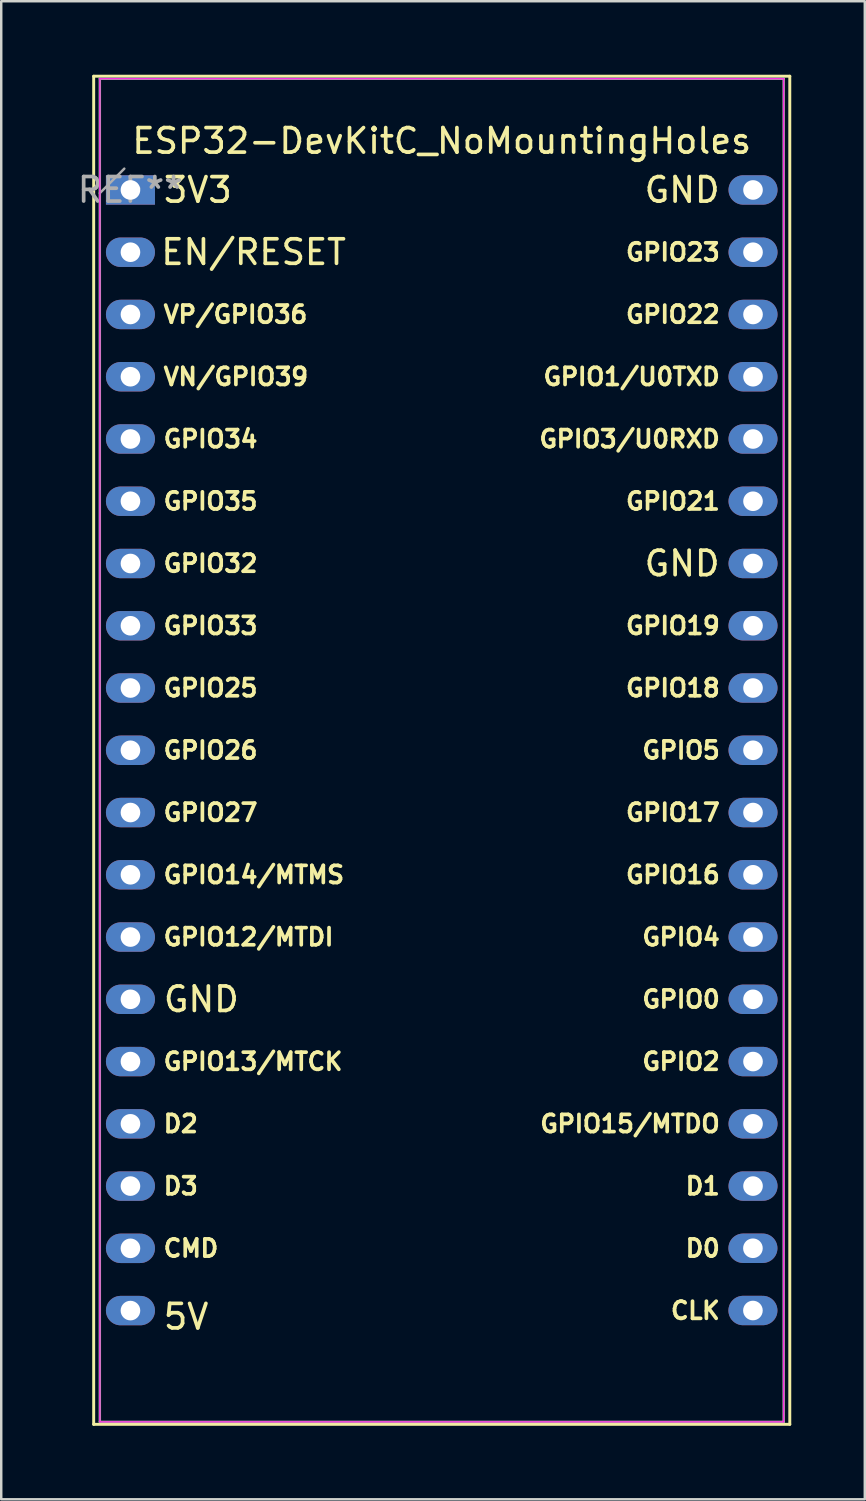
<source format=kicad_pcb>
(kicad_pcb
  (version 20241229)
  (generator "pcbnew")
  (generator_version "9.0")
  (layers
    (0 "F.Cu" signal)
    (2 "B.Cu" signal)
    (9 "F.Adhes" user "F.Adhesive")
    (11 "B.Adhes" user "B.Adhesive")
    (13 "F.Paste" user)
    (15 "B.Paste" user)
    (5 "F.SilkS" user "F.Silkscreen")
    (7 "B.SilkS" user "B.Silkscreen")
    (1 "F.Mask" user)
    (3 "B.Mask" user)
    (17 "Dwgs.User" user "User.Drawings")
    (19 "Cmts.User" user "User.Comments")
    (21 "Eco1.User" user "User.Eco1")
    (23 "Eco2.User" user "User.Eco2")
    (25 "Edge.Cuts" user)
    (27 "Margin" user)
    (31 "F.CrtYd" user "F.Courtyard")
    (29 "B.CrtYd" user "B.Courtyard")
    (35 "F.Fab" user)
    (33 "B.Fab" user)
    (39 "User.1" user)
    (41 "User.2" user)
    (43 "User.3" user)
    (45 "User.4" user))
  (footprint "ESP32-DevKitC_NoMountingHoles"
    (layer "F.Cu")
    (at 2.272 4.7)
    (property "Reference" "ESP32-DevKitC_NoMountingHoles" (at 12.7 -2 0) (layer "F.SilkS") (effects (font (size 1 1) (thickness 0.15))))
    (attr through_hole)
    (fp_line (start -1.5 50.36) (end 26.9 50.36) (stroke (width 0.12) (type solid)) (layer "F.SilkS"))
    (fp_line (start -1.5 -4.64) (end -1.5 50.36) (stroke (width 0.12) (type solid)) (layer "F.SilkS"))
    (fp_line (start 26.9 50.36) (end 26.9 -4.64) (stroke (width 0.12) (type solid)) (layer "F.SilkS"))
    (fp_line (start 26.9 -4.64) (end -1.5 -4.64) (stroke (width 0.12) (type solid)) (layer "F.SilkS"))
    (fp_line (start -1.25 -4.54) (end 26.65 -4.54) (stroke (width 0.05) (type solid)) (layer "F.CrtYd"))
    (fp_line (start -1.25 50.26) (end -1.25 -4.54) (stroke (width 0.05) (type solid)) (layer "F.CrtYd"))
    (fp_line (start 26.65 -4.54) (end 26.65 50.26) (stroke (width 0.05) (type solid)) (layer "F.CrtYd"))
    (fp_line (start 26.65 50.26) (end -1.25 50.26) (stroke (width 0.05) (type solid)) (layer "F.CrtYd"))
    (fp_line (start -1.25 -4.54) (end 26.65 -4.54) (stroke (width 0.1) (type solid)) (layer "F.Fab"))
    (fp_line (start -1.25 50.26) (end -1.25 -4.54) (stroke (width 0.1) (type solid)) (layer "F.Fab"))
    (fp_line (start -0.25 -0.87) (end -1.25 0.13) (stroke (width 0.1) (type solid)) (layer "F.Fab"))
    (fp_line (start 26.65 -4.54) (end 26.65 50.26) (stroke (width 0.1) (type solid)) (layer "F.Fab"))
    (fp_line (start 26.65 50.26) (end -1.25 50.26) (stroke (width 0.1) (type solid)) (layer "F.Fab"))
    (fp_text user "GPIO25" (at 1.27 20.32 0) (unlocked yes) (layer "F.SilkS") (effects (font (size 0.7 0.7) (thickness 0.15)) (justify left)))
    (fp_text user "GPIO22" (at 24.13 5.08 0) (unlocked yes) (layer "F.SilkS") (effects (font (size 0.7 0.7) (thickness 0.15)) (justify right)))
    (fp_text user "VN/GPIO39" (at 1.27 7.62 0) (unlocked yes) (layer "F.SilkS") (effects (font (size 0.7 0.7) (thickness 0.15)) (justify left)))
    (fp_text user "GPIO13/MTCK" (at 1.27 35.56 0) (unlocked yes) (layer "F.SilkS") (effects (font (size 0.7 0.7) (thickness 0.15)) (justify left)))
    (fp_text user "GPIO35" (at 1.27 12.7 0) (unlocked yes) (layer "F.SilkS") (effects (font (size 0.7 0.7) (thickness 0.15)) (justify left)))
    (fp_text user "D3" (at 1.27 40.64 0) (unlocked yes) (layer "F.SilkS") (effects (font (size 0.7 0.7) (thickness 0.15)) (justify left)))
    (fp_text user "GPIO0" (at 24.13 33.02 0) (unlocked yes) (layer "F.SilkS") (effects (font (size 0.7 0.7) (thickness 0.15)) (justify right)))
    (fp_text user "D0" (at 24.13 43.18 0) (unlocked yes) (layer "F.SilkS") (effects (font (size 0.7 0.7) (thickness 0.15)) (justify right)))
    (fp_text user "GPIO14/MTMS" (at 1.27 27.94 0) (unlocked yes) (layer "F.SilkS") (effects (font (size 0.7 0.7) (thickness 0.15)) (justify left)))
    (fp_text user "GPIO33" (at 1.27 17.78 0) (unlocked yes) (layer "F.SilkS") (effects (font (size 0.7 0.7) (thickness 0.15)) (justify left)))
    (fp_text user "GPIO26" (at 1.27 22.86 0) (unlocked yes) (layer "F.SilkS") (effects (font (size 0.7 0.7) (thickness 0.15)) (justify left)))
    (fp_text user "GPIO32" (at 1.27 15.24 0) (unlocked yes) (layer "F.SilkS") (effects (font (size 0.7 0.7) (thickness 0.15)) (justify left)))
    (fp_text user "D2" (at 1.27 38.1 0) (unlocked yes) (layer "F.SilkS") (effects (font (size 0.7 0.7) (thickness 0.15)) (justify left)))
    (fp_text user "GPIO19" (at 24.13 17.78 0) (unlocked yes) (layer "F.SilkS") (effects (font (size 0.7 0.7) (thickness 0.15)) (justify right)))
    (fp_text user "GND" (at 1.27 33.02 0) (unlocked yes) (layer "F.SilkS") (effects (font (size 1 1) (thickness 0.15)) (justify left)))
    (fp_text user "GPIO17" (at 24.13 25.4 0) (unlocked yes) (layer "F.SilkS") (effects (font (size 0.7 0.7) (thickness 0.15)) (justify right)))
    (fp_text user "GPIO21" (at 24.13 12.7 0) (unlocked yes) (layer "F.SilkS") (effects (font (size 0.7 0.7) (thickness 0.15)) (justify right)))
    (fp_text user "GPIO2" (at 24.13 35.56 0) (unlocked yes) (layer "F.SilkS") (effects (font (size 0.7 0.7) (thickness 0.15)) (justify right)))
    (fp_text user "EN/RESET" (at 8.886 2.537 0) (unlocked yes) (layer "F.SilkS") (effects (font (size 1 1) (thickness 0.15)) (justify right)))
    (fp_text user "GPIO16" (at 24.13 27.94 0) (unlocked yes) (layer "F.SilkS") (effects (font (size 0.7 0.7) (thickness 0.15)) (justify right)))
    (fp_text user "5V" (at 1.266 45.971 0) (unlocked yes) (layer "F.SilkS") (effects (font (size 1 1) (thickness 0.15)) (justify left)))
    (fp_text user "GPIO12/MTDI" (at 1.27 30.48 0) (unlocked yes) (layer "F.SilkS") (effects (font (size 0.7 0.7) (thickness 0.15)) (justify left)))
    (fp_text user "GPIO3/U0RXD" (at 24.13 10.16 0) (unlocked yes) (layer "F.SilkS") (effects (font (size 0.7 0.7) (thickness 0.15)) (justify right)))
    (fp_text user "GPIO5" (at 24.13 22.86 0) (unlocked yes) (layer "F.SilkS") (effects (font (size 0.7 0.7) (thickness 0.15)) (justify right)))
    (fp_text user "GND" (at 24.13 15.24 0) (unlocked yes) (layer "F.SilkS") (effects (font (size 1 1) (thickness 0.15)) (justify right)))
    (fp_text user "GPIO23" (at 24.13 2.54 0) (unlocked yes) (layer "F.SilkS") (effects (font (size 0.7 0.7) (thickness 0.15)) (justify right)))
    (fp_text user "D1" (at 24.13 40.64 0) (unlocked yes) (layer "F.SilkS") (effects (font (size 0.7 0.7) (thickness 0.15)) (justify right)))
    (fp_text user "GPIO18" (at 24.13 20.32 0) (unlocked yes) (layer "F.SilkS") (effects (font (size 0.7 0.7) (thickness 0.15)) (justify right)))
    (fp_text user "CLK" (at 24.13 45.72 0) (unlocked yes) (layer "F.SilkS") (effects (font (size 0.7 0.7) (thickness 0.15)) (justify right)))
    (fp_text user "GPIO27" (at 1.27 25.4 0) (unlocked yes) (layer "F.SilkS") (effects (font (size 0.7 0.7) (thickness 0.15)) (justify left)))
    (fp_text user "GPIO34" (at 1.27 10.16 0) (unlocked yes) (layer "F.SilkS") (effects (font (size 0.7 0.7) (thickness 0.15)) (justify left)))
    (fp_text user "CMD" (at 1.27 43.18 0) (unlocked yes) (layer "F.SilkS") (effects (font (size 0.7 0.7) (thickness 0.15)) (justify left)))
    (fp_text user "GND" (at 24.13 0 0) (unlocked yes) (layer "F.SilkS") (effects (font (size 1 1) (thickness 0.15)) (justify right)))
    (fp_text user "GPIO4" (at 24.13 30.48 0) (unlocked yes) (layer "F.SilkS") (effects (font (size 0.7 0.7) (thickness 0.15)) (justify right)))
    (fp_text user "GPIO15/MTDO" (at 24.13 38.1 0) (unlocked yes) (layer "F.SilkS") (effects (font (size 0.7 0.7) (thickness 0.15)) (justify right)))
    (fp_text user "GPIO1/U0TXD" (at 24.13 7.62 0) (unlocked yes) (layer "F.SilkS") (effects (font (size 0.7 0.7) (thickness 0.15)) (justify right)))
    (fp_text user "VP/GPIO36" (at 1.27 5.08 0) (unlocked yes) (layer "F.SilkS") (effects (font (size 0.7 0.7) (thickness 0.15)) (justify left)))
    (fp_text user "3V3" (at 1.27 0 0) (unlocked yes) (layer "F.SilkS") (effects (font (size 1 1) (thickness 0.15)) (justify left)))
    (fp_text user "REF**" (at -0.004 -0.003 0) (layer "F.Fab") (effects (font (size 1 1) (thickness 0.15))))
    (pad "1" thru_hole rect (at 0 0 270) (size 1.2 2) (drill 0.8) (layers "*.Cu" "*.Mask"))
    (pad "2" thru_hole oval (at 0 2.54 270) (size 1.2 2) (drill 0.8) (layers "*.Cu" "*.Mask"))
    (pad "3" thru_hole oval (at 0 5.08 270) (size 1.2 2) (drill 0.8) (layers "*.Cu" "*.Mask"))
    (pad "4" thru_hole oval (at 0 7.62 270) (size 1.2 2) (drill 0.8) (layers "*.Cu" "*.Mask"))
    (pad "5" thru_hole oval (at 0 10.16 270) (size 1.2 2) (drill 0.8) (layers "*.Cu" "*.Mask"))
    (pad "6" thru_hole oval (at 0 12.7 270) (size 1.2 2) (drill 0.8) (layers "*.Cu" "*.Mask"))
    (pad "7" thru_hole oval (at 0 15.24 270) (size 1.2 2) (drill 0.8) (layers "*.Cu" "*.Mask"))
    (pad "8" thru_hole oval (at 0 17.78 270) (size 1.2 2) (drill 0.8) (layers "*.Cu" "*.Mask"))
    (pad "9" thru_hole oval (at 0 20.32 270) (size 1.2 2) (drill 0.8) (layers "*.Cu" "*.Mask"))
    (pad "10" thru_hole oval (at 0 22.86 270) (size 1.2 2) (drill 0.8) (layers "*.Cu" "*.Mask"))
    (pad "11" thru_hole oval (at 0 25.4 270) (size 1.2 2) (drill 0.8) (layers "*.Cu" "*.Mask"))
    (pad "12" thru_hole oval (at 0 27.94 270) (size 1.2 2) (drill 0.8) (layers "*.Cu" "*.Mask"))
    (pad "13" thru_hole oval (at 0 30.48 270) (size 1.2 2) (drill 0.8) (layers "*.Cu" "*.Mask"))
    (pad "14" thru_hole oval (at 0 33.02 270) (size 1.2 2) (drill 0.8) (layers "*.Cu" "*.Mask"))
    (pad "15" thru_hole oval (at 0 35.56 270) (size 1.2 2) (drill 0.8) (layers "*.Cu" "*.Mask"))
    (pad "16" thru_hole oval (at 0 38.1 270) (size 1.2 2) (drill 0.8) (layers "*.Cu" "*.Mask"))
    (pad "17" thru_hole oval (at 0 40.64 270) (size 1.2 2) (drill 0.8) (layers "*.Cu" "*.Mask"))
    (pad "18" thru_hole oval (at 0 43.18 270) (size 1.2 2) (drill 0.8) (layers "*.Cu" "*.Mask"))
    (pad "19" thru_hole oval (at 0 45.72 270) (size 1.2 2) (drill 0.8) (layers "*.Cu" "*.Mask"))
    (pad "20" thru_hole oval (at 25.396 45.717 270) (size 1.2 2) (drill 0.8) (layers "*.Cu" "*.Mask"))
    (pad "21" thru_hole oval (at 25.396 43.177 270) (size 1.2 2) (drill 0.8) (layers "*.Cu" "*.Mask"))
    (pad "22" thru_hole oval (at 25.4 40.64 270) (size 1.2 2) (drill 0.8) (layers "*.Cu" "*.Mask"))
    (pad "23" thru_hole oval (at 25.4 38.1 270) (size 1.2 2) (drill 0.8) (layers "*.Cu" "*.Mask"))
    (pad "24" thru_hole oval (at 25.4 35.56 270) (size 1.2 2) (drill 0.8) (layers "*.Cu" "*.Mask"))
    (pad "25" thru_hole oval (at 25.4 33.02 270) (size 1.2 2) (drill 0.8) (layers "*.Cu" "*.Mask"))
    (pad "26" thru_hole oval (at 25.4 30.48 270) (size 1.2 2) (drill 0.8) (layers "*.Cu" "*.Mask"))
    (pad "27" thru_hole oval (at 25.4 27.94 270) (size 1.2 2) (drill 0.8) (layers "*.Cu" "*.Mask"))
    (pad "28" thru_hole oval (at 25.4 25.4 270) (size 1.2 2) (drill 0.8) (layers "*.Cu" "*.Mask"))
    (pad "29" thru_hole oval (at 25.4 22.86 270) (size 1.2 2) (drill 0.8) (layers "*.Cu" "*.Mask"))
    (pad "30" thru_hole oval (at 25.4 20.32 270) (size 1.2 2) (drill 0.8) (layers "*.Cu" "*.Mask"))
    (pad "31" thru_hole oval (at 25.4 17.78 270) (size 1.2 2) (drill 0.8) (layers "*.Cu" "*.Mask"))
    (pad "32" thru_hole oval (at 25.4 15.24 270) (size 1.2 2) (drill 0.8) (layers "*.Cu" "*.Mask"))
    (pad "33" thru_hole oval (at 25.4 12.7 270) (size 1.2 2) (drill 0.8) (layers "*.Cu" "*.Mask"))
    (pad "34" thru_hole oval (at 25.4 10.16 270) (size 1.2 2) (drill 0.8) (layers "*.Cu" "*.Mask"))
    (pad "35" thru_hole oval (at 25.4 7.62 270) (size 1.2 2) (drill 0.8) (layers "*.Cu" "*.Mask"))
    (pad "36" thru_hole oval (at 25.4 5.08 270) (size 1.2 2) (drill 0.8) (layers "*.Cu" "*.Mask"))
    (pad "37" thru_hole oval (at 25.4 2.54 270) (size 1.2 2) (drill 0.8) (layers "*.Cu" "*.Mask"))
    (pad "38" thru_hole oval (at 25.4 0 270) (size 1.2 2) (drill 0.8) (layers "*.Cu" "*.Mask")))
  (gr_rect
    (start -3 -3)
    (end 32.232 58.12)
    (stroke (width 0.1) (type default))
    (fill no)
    (layer "Edge.Cuts")))
</source>
